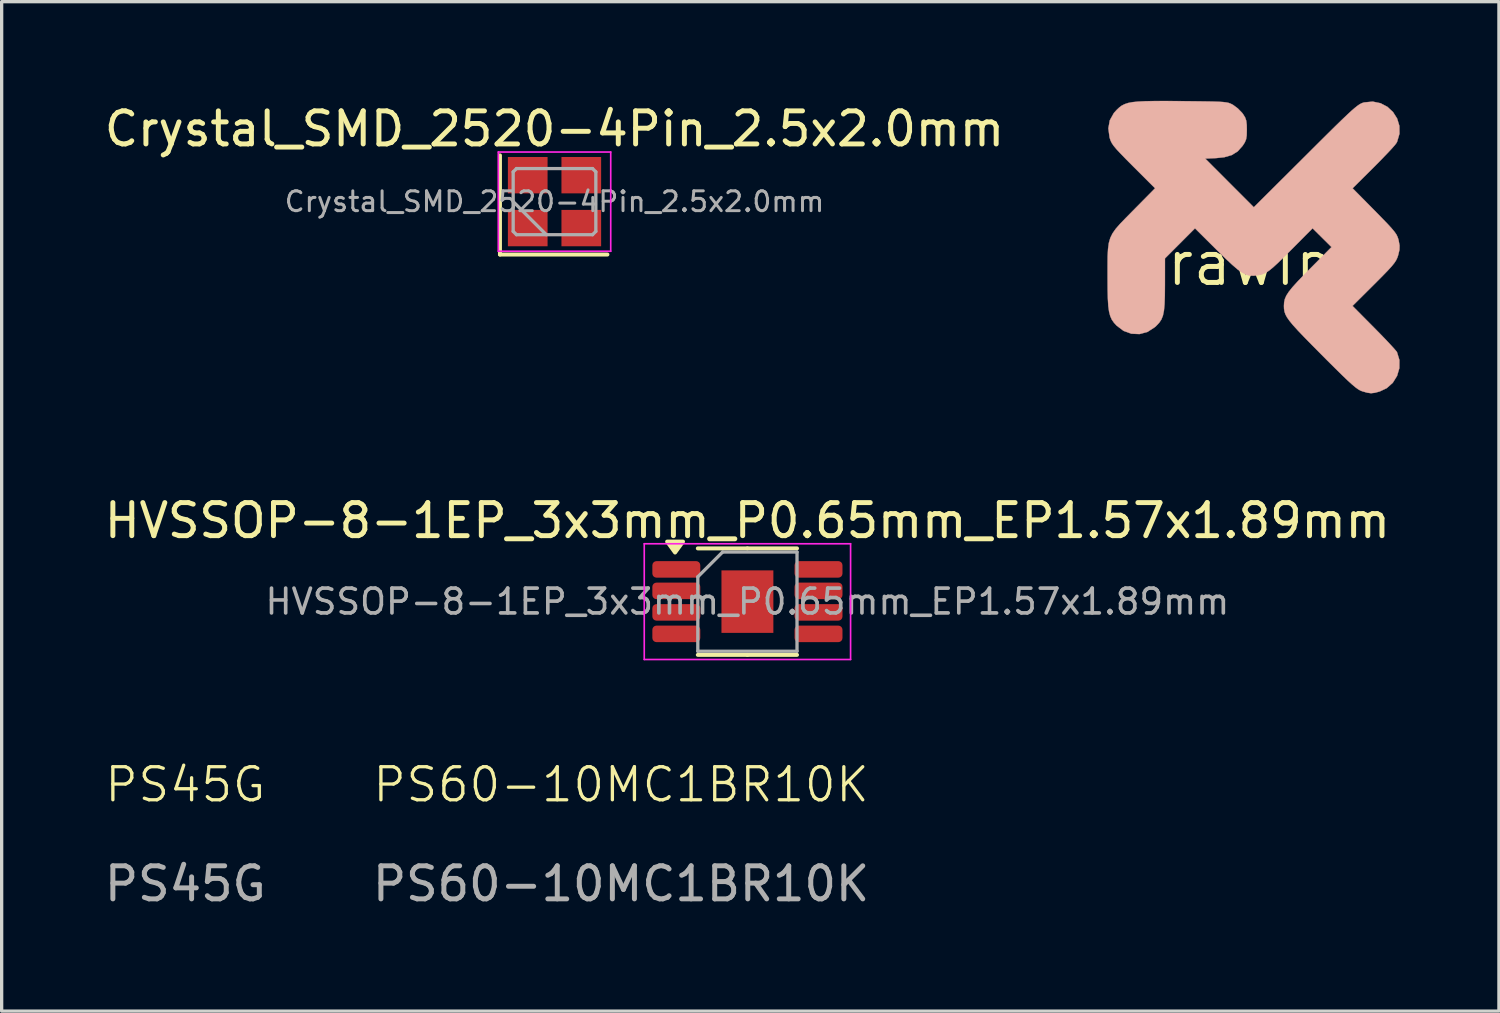
<source format=kicad_pcb>
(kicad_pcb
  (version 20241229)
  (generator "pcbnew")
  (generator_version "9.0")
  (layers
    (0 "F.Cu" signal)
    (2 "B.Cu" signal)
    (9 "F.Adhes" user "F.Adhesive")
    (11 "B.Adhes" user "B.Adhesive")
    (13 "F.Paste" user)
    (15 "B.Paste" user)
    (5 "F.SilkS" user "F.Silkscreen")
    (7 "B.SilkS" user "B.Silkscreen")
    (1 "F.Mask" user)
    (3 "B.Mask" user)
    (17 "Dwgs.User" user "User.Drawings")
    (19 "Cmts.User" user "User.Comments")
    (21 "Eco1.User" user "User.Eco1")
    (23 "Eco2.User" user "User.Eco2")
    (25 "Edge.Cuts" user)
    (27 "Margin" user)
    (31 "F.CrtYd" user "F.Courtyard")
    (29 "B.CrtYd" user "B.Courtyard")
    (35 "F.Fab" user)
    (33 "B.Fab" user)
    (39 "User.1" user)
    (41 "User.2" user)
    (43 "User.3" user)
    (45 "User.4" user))
  (footprint "HVSSOP-8-1EP_3x3mm_P0.65mm_EP1.57x1.89mm"
    (layer "F.Cu")
    (at 19.554 15.145)
    (property "Reference" "HVSSOP-8-1EP_3x3mm_P0.65mm_EP1.57x1.89mm" (at 0 -2.45 0) (layer "F.SilkS") (effects (font (size 1 1) (thickness 0.15))))
    (attr smd)
    (fp_line (start 0 -1.61) (end -1.5 -1.61) (stroke (width 0.12) (type solid)) (layer "F.SilkS"))
    (fp_line (start 0 -1.61) (end 1.5 -1.61) (stroke (width 0.12) (type solid)) (layer "F.SilkS"))
    (fp_line (start 0 1.61) (end -1.5 1.61) (stroke (width 0.12) (type solid)) (layer "F.SilkS"))
    (fp_line (start 0 1.61) (end 1.5 1.61) (stroke (width 0.12) (type solid)) (layer "F.SilkS"))
    (fp_poly (pts (xy -2.188 -1.485) (xy -2.428 -1.815) (xy -1.948 -1.815) (xy -2.188 -1.485)) (stroke (width 0.12) (type solid)) (fill yes) (layer "F.SilkS"))
    (fp_line (start -3.12 -1.75) (end -3.12 1.75) (stroke (width 0.05) (type solid)) (layer "F.CrtYd"))
    (fp_line (start -3.12 1.75) (end 3.12 1.75) (stroke (width 0.05) (type solid)) (layer "F.CrtYd"))
    (fp_line (start 3.12 -1.75) (end -3.12 -1.75) (stroke (width 0.05) (type solid)) (layer "F.CrtYd"))
    (fp_line (start 3.12 1.75) (end 3.12 -1.75) (stroke (width 0.05) (type solid)) (layer "F.CrtYd"))
    (fp_line (start -1.5 -0.75) (end -0.75 -1.5) (stroke (width 0.1) (type solid)) (layer "F.Fab"))
    (fp_line (start -1.5 1.5) (end -1.5 -0.75) (stroke (width 0.1) (type solid)) (layer "F.Fab"))
    (fp_line (start -0.75 -1.5) (end 1.5 -1.5) (stroke (width 0.1) (type solid)) (layer "F.Fab"))
    (fp_line (start 1.5 -1.5) (end 1.5 1.5) (stroke (width 0.1) (type solid)) (layer "F.Fab"))
    (fp_line (start 1.5 1.5) (end -1.5 1.5) (stroke (width 0.1) (type solid)) (layer "F.Fab"))
    (fp_text user "${REFERENCE}" (at 0 0 0) (layer "F.Fab") (effects (font (size 0.75 0.75) (thickness 0.11))))
    (pad "" smd roundrect (at -0.39 -0.47) (size 0.63 0.76) (layers "F.Paste") (roundrect_rratio 0.25))
    (pad "" smd roundrect (at -0.39 0.47) (size 0.63 0.76) (layers "F.Paste") (roundrect_rratio 0.25))
    (pad "" smd roundrect (at 0.39 -0.47) (size 0.63 0.76) (layers "F.Paste") (roundrect_rratio 0.25))
    (pad "" smd roundrect (at 0.39 0.47) (size 0.63 0.76) (layers "F.Paste") (roundrect_rratio 0.25))
    (pad "1" smd roundrect (at -2.15 -0.975) (size 1.45 0.5) (layers "F.Cu" "F.Mask" "F.Paste") (roundrect_rratio 0.25))
    (pad "2" smd roundrect (at -2.15 -0.325) (size 1.45 0.5) (layers "F.Cu" "F.Mask" "F.Paste") (roundrect_rratio 0.25))
    (pad "3" smd roundrect (at -2.15 0.325) (size 1.45 0.5) (layers "F.Cu" "F.Mask" "F.Paste") (roundrect_rratio 0.25))
    (pad "4" smd roundrect (at -2.15 0.975) (size 1.45 0.5) (layers "F.Cu" "F.Mask" "F.Paste") (roundrect_rratio 0.25))
    (pad "5" smd roundrect (at 2.15 0.975) (size 1.45 0.5) (layers "F.Cu" "F.Mask" "F.Paste") (roundrect_rratio 0.25))
    (pad "6" smd roundrect (at 2.15 0.325) (size 1.45 0.5) (layers "F.Cu" "F.Mask" "F.Paste") (roundrect_rratio 0.25))
    (pad "7" smd roundrect (at 2.15 -0.325) (size 1.45 0.5) (layers "F.Cu" "F.Mask" "F.Paste") (roundrect_rratio 0.25))
    (pad "8" smd roundrect (at 2.15 -0.975) (size 1.45 0.5) (layers "F.Cu" "F.Mask" "F.Paste") (roundrect_rratio 0.25))
    (pad "9" smd rect (at 0 0) (size 1.57 1.89) (property pad_prop_heatsink) (layers "F.Cu" "F.Mask")))
  (footprint "PS60-10MC1BR10K"
    (layer "F.Cu")
    (at 15.732 21.18)
    (property "Reference" "PS60-10MC1BR10K" (at 0 -0.5 0) (unlocked yes) (layer "F.SilkS") (effects (font (size 1 1) (thickness 0.1))))
    (attr through_hole)
    (fp_text user "${REFERENCE}" (at 0 2.5 0) (unlocked yes) (layer "F.Fab") (effects (font (size 1 1) (thickness 0.15)))))
  (footprint "Crystal_SMD_2520-4Pin_2.5x2.0mm"
    (layer "F.Cu")
    (at 13.72 3.048)
    (property "Reference" "Crystal_SMD_2520-4Pin_2.5x2.0mm" (at 0 -2.2 0) (layer "F.SilkS") (effects (font (size 1 1) (thickness 0.15))))
    (attr smd)
    (fp_line (start -1.65 -1.4) (end -1.65 1.6) (stroke (width 0.12) (type solid)) (layer "F.SilkS"))
    (fp_line (start -1.65 1.6) (end 1.6 1.6) (stroke (width 0.12) (type solid)) (layer "F.SilkS"))
    (fp_line (start -1.7 -1.5) (end -1.7 1.5) (stroke (width 0.05) (type solid)) (layer "F.CrtYd"))
    (fp_line (start -1.7 1.5) (end 1.7 1.5) (stroke (width 0.05) (type solid)) (layer "F.CrtYd"))
    (fp_line (start 1.7 -1.5) (end -1.7 -1.5) (stroke (width 0.05) (type solid)) (layer "F.CrtYd"))
    (fp_line (start 1.7 1.5) (end 1.7 -1.5) (stroke (width 0.05) (type solid)) (layer "F.CrtYd"))
    (fp_line (start -1.25 -0.9) (end -1.15 -1) (stroke (width 0.1) (type solid)) (layer "F.Fab"))
    (fp_line (start -1.25 0) (end -0.25 1) (stroke (width 0.1) (type solid)) (layer "F.Fab"))
    (fp_line (start -1.25 0.9) (end -1.25 -0.9) (stroke (width 0.1) (type solid)) (layer "F.Fab"))
    (fp_line (start -1.15 -1) (end 1.15 -1) (stroke (width 0.1) (type solid)) (layer "F.Fab"))
    (fp_line (start -1.15 1) (end -1.25 0.9) (stroke (width 0.1) (type solid)) (layer "F.Fab"))
    (fp_line (start 1.15 -1) (end 1.25 -0.9) (stroke (width 0.1) (type solid)) (layer "F.Fab"))
    (fp_line (start 1.15 1) (end -1.15 1) (stroke (width 0.1) (type solid)) (layer "F.Fab"))
    (fp_line (start 1.25 -0.9) (end 1.25 0.9) (stroke (width 0.1) (type solid)) (layer "F.Fab"))
    (fp_line (start 1.25 0.9) (end 1.15 1) (stroke (width 0.1) (type solid)) (layer "F.Fab"))
    (fp_text user "${REFERENCE}" (at 0 0 0) (layer "F.Fab") (effects (font (size 0.6 0.6) (thickness 0.09))))
    (pad "1" smd rect (at -0.81 0.8) (size 1.2 1.1) (layers "F.Cu" "F.Mask" "F.Paste"))
    (pad "2" smd rect (at 0.81 0.8) (size 1.2 1.1) (layers "F.Cu" "F.Mask" "F.Paste"))
    (pad "3" smd rect (at 0.81 -0.8) (size 1.2 1.1) (layers "F.Cu" "F.Mask" "F.Paste"))
    (pad "4" smd rect (at -0.81 -0.8) (size 1.2 1.1) (layers "F.Cu" "F.Mask" "F.Paste")))
  (footprint "drawing"
    (layer "F.Cu")
    (at 34.764 4.912)
    (property "Reference" "drawing" (at 0 0 0) (layer "F.SilkS") (effects (font (size 1.27 1.27) (thickness 0.15))))
    (attr through_hole)
    (fp_poly (pts (xy -2.145 -4.904) (xy -2.044 -4.903) (xy -1.671 -4.899) (xy -1.373 -4.895) (xy -1.14 -4.891) (xy -0.962 -4.885) (xy -0.829 -4.877) (xy -0.732 -4.865) (xy -0.661 -4.851) (xy -0.605 -4.831) (xy -0.555 -4.807) (xy -0.519 -4.787) (xy -0.38 -4.684) (xy -0.252 -4.553) (xy -0.223 -4.515) (xy -0.159 -4.412) (xy -0.124 -4.312) (xy -0.109 -4.183) (xy -0.106 -4.04) (xy -0.11 -3.869) (xy -0.128 -3.751) (xy -0.168 -3.654) (xy -0.233 -3.553) (xy -0.382 -3.385) (xy -0.561 -3.273) (xy -0.788 -3.207) (xy -1.032 -3.181) (xy -1.365 -3.166) (xy -0.63 -2.43) (xy 0.105 -1.694) (xy 1.672 -3.254) (xy 2.02 -3.601) (xy 2.313 -3.892) (xy 2.558 -4.134) (xy 2.759 -4.33) (xy 2.923 -4.486) (xy 3.053 -4.607) (xy 3.157 -4.697) (xy 3.239 -4.762) (xy 3.304 -4.807) (xy 3.359 -4.836) (xy 3.408 -4.855) (xy 3.447 -4.865) (xy 3.702 -4.889) (xy 3.938 -4.84) (xy 4.146 -4.731) (xy 4.315 -4.573) (xy 4.439 -4.378) (xy 4.507 -4.155) (xy 4.51 -3.918) (xy 4.439 -3.677) (xy 4.421 -3.641) (xy 4.375 -3.58) (xy 4.279 -3.47) (xy 4.141 -3.323) (xy 3.973 -3.148) (xy 3.784 -2.956) (xy 3.729 -2.901) (xy 3.092 -2.268) (xy 3.763 -1.589) (xy 3.981 -1.366) (xy 4.148 -1.194) (xy 4.27 -1.06) (xy 4.356 -0.957) (xy 4.414 -0.875) (xy 4.45 -0.802) (xy 4.475 -0.73) (xy 4.485 -0.69) (xy 4.513 -0.536) (xy 4.509 -0.406) (xy 4.472 -0.25) (xy 4.471 -0.246) (xy 4.444 -0.166) (xy 4.408 -0.09) (xy 4.353 -0.006) (xy 4.272 0.094) (xy 4.156 0.221) (xy 3.997 0.385) (xy 3.787 0.596) (xy 3.748 0.635) (xy 3.09 1.29) (xy 3.742 1.947) (xy 3.936 2.144) (xy 4.11 2.325) (xy 4.256 2.481) (xy 4.365 2.601) (xy 4.426 2.674) (xy 4.435 2.688) (xy 4.508 2.927) (xy 4.506 3.172) (xy 4.437 3.406) (xy 4.308 3.614) (xy 4.125 3.777) (xy 3.915 3.876) (xy 3.764 3.917) (xy 3.65 3.93) (xy 3.535 3.914) (xy 3.387 3.872) (xy 3.328 3.849) (xy 3.26 3.81) (xy 3.179 3.751) (xy 3.075 3.664) (xy 2.943 3.544) (xy 2.776 3.384) (xy 2.568 3.179) (xy 2.31 2.923) (xy 2.152 2.764) (xy 1.86 2.469) (xy 1.623 2.227) (xy 1.435 2.03) (xy 1.29 1.87) (xy 1.183 1.74) (xy 1.108 1.633) (xy 1.059 1.541) (xy 1.032 1.458) (xy 1.019 1.376) (xy 1.016 1.291) (xy 1.022 1.183) (xy 1.044 1.081) (xy 1.089 0.977) (xy 1.164 0.861) (xy 1.275 0.722) (xy 1.431 0.55) (xy 1.637 0.336) (xy 1.782 0.189) (xy 2.455 -0.49) (xy 2.169 -0.774) (xy 1.882 -1.058) (xy 1.248 -0.42) (xy 1.015 -0.188) (xy 0.831 -0.008) (xy 0.686 0.125) (xy 0.569 0.22) (xy 0.471 0.284) (xy 0.383 0.325) (xy 0.293 0.35) (xy 0.225 0.363) (xy 0.098 0.377) (xy -0.016 0.373) (xy -0.128 0.343) (xy -0.248 0.283) (xy -0.386 0.185) (xy -0.551 0.043) (xy -0.755 -0.148) (xy -0.996 -0.384) (xy -1.674 -1.057) (xy -2.128 -0.602) (xy -2.582 -0.147) (xy -2.583 0.657) (xy -2.586 0.983) (xy -2.595 1.237) (xy -2.613 1.432) (xy -2.644 1.583) (xy -2.691 1.701) (xy -2.757 1.799) (xy -2.845 1.892) (xy -2.893 1.935) (xy -3.112 2.077) (xy -3.352 2.141) (xy -3.598 2.13) (xy -3.834 2.044) (xy -4.041 1.888) (xy -4.124 1.798) (xy -4.189 1.705) (xy -4.237 1.597) (xy -4.272 1.464) (xy -4.296 1.293) (xy -4.309 1.073) (xy -4.316 0.791) (xy -4.318 0.437) (xy -4.318 0.428) (xy -4.318 0.076) (xy -4.316 -0.205) (xy -4.304 -0.43) (xy -4.28 -0.612) (xy -4.236 -0.765) (xy -4.168 -0.904) (xy -4.07 -1.043) (xy -3.937 -1.195) (xy -3.764 -1.374) (xy -3.552 -1.589) (xy -2.881 -2.268) (xy -3.541 -2.927) (xy -3.759 -3.146) (xy -3.924 -3.317) (xy -4.046 -3.447) (xy -4.131 -3.549) (xy -4.188 -3.632) (xy -4.225 -3.706) (xy -4.25 -3.781) (xy -4.258 -3.808) (xy -4.294 -4.08) (xy -4.25 -4.324) (xy -4.127 -4.544) (xy -4.043 -4.637) (xy -3.968 -4.708) (xy -3.892 -4.766) (xy -3.804 -4.811) (xy -3.698 -4.847) (xy -3.563 -4.873) (xy -3.391 -4.89) (xy -3.171 -4.901) (xy -2.897 -4.906) (xy -2.558 -4.907) (xy -2.145 -4.904)) (stroke (width 0.01) (type solid)) (fill yes) (layer "B.SilkS")))
  (footprint "PS45G"
    (layer "F.Cu")
    (at 2.554 21.18)
    (property "Reference" "PS45G" (at 0 -0.5 0) (unlocked yes) (layer "F.SilkS") (effects (font (size 1 1) (thickness 0.1))))
    (attr through_hole)
    (fp_text user "${REFERENCE}" (at 0 2.5 0) (unlocked yes) (layer "F.Fab") (effects (font (size 1 1) (thickness 0.15)))))
  (gr_rect
    (start -3 -3)
    (end 42.282 27.529)
    (stroke (width 0.1) (type default))
    (fill no)
    (layer "Edge.Cuts")))
</source>
